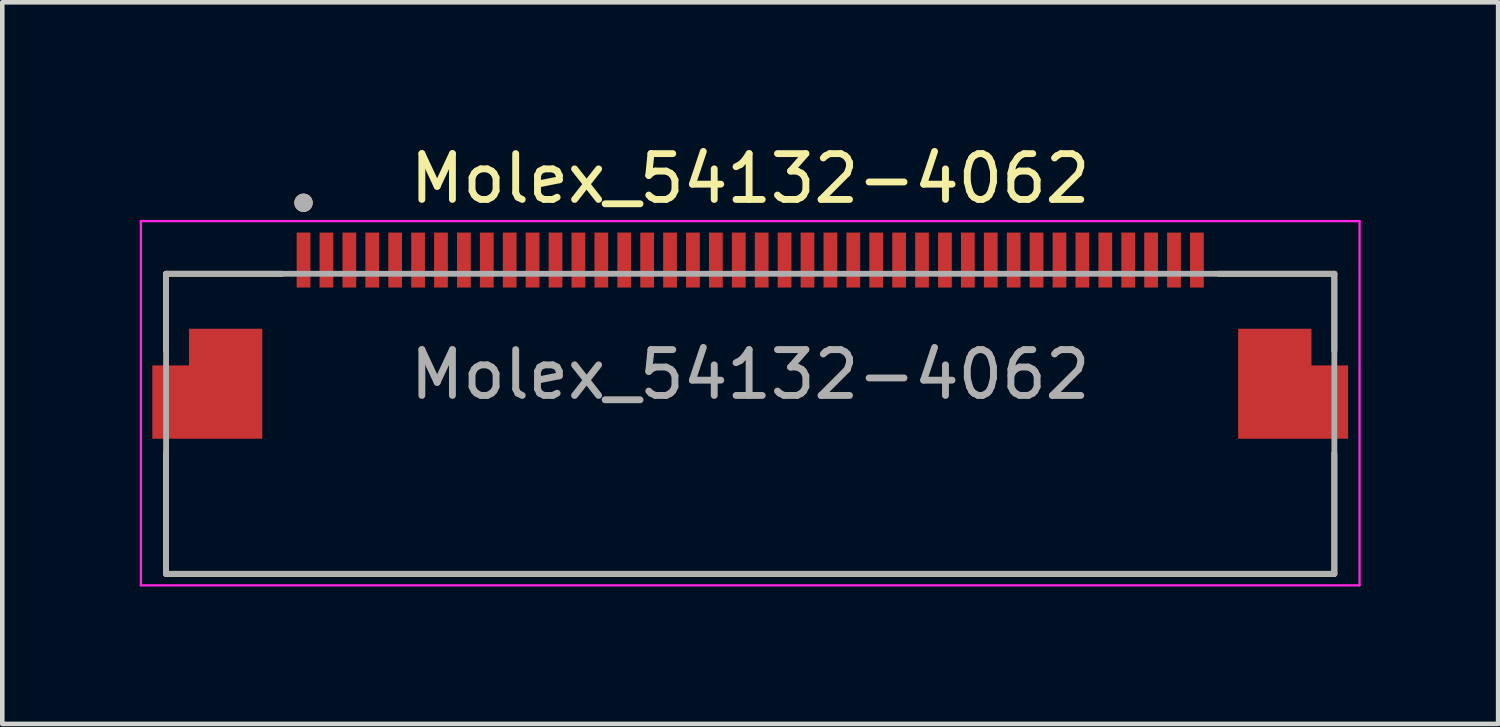
<source format=kicad_pcb>
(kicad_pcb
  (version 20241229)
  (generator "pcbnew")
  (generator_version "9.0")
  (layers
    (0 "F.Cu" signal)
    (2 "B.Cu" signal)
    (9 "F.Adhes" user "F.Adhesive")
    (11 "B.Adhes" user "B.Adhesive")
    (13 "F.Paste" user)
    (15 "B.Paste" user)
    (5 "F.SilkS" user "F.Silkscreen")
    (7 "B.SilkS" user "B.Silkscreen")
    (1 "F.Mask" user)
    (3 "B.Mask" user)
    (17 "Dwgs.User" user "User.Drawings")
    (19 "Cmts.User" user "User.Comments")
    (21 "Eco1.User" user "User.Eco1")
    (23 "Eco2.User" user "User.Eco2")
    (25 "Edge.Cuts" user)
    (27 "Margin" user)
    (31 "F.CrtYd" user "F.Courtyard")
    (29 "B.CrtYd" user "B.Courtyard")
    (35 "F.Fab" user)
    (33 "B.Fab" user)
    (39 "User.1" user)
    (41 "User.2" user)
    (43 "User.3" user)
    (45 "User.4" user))
  (footprint "Molex_54132-4062"
    (layer "F.Cu")
    (at 13.325 2.626)
    (property "Reference" "Molex_54132-4062" (at 0 -1.778 0) (unlocked yes) (layer "F.SilkS") (effects (font (size 1 1) (thickness 0.15))))
    (attr smd)
    (fp_poly (pts (xy -13.15 2.2) (xy -12.35 2.2) (xy -12.35 1.4) (xy -10.55 1.4) (xy -10.55 4) (xy -13.15 4)) (stroke (width 0.001) (type solid)) (fill yes) (layer "F.Mask"))
    (fp_poly (pts (xy 10.55 1.4) (xy 12.35 1.4) (xy 12.35 2.2) (xy 13.15 2.2) (xy 13.15 4) (xy 10.55 4)) (stroke (width 0.001) (type solid)) (fill yes) (layer "F.Mask"))
    (fp_line (start -12.75 0.3) (end -12.75 1.98) (stroke (width 0.127) (type solid)) (layer "F.SilkS"))
    (fp_line (start -12.75 4.22) (end -12.75 6.85) (stroke (width 0.127) (type solid)) (layer "F.SilkS"))
    (fp_line (start -12.75 6.85) (end 12.75 6.85) (stroke (width 0.127) (type solid)) (layer "F.SilkS"))
    (fp_line (start -10.22 0.3) (end -12.75 0.3) (stroke (width 0.127) (type solid)) (layer "F.SilkS"))
    (fp_line (start 10.22 0.3) (end 12.75 0.3) (stroke (width 0.127) (type solid)) (layer "F.SilkS"))
    (fp_line (start 12.75 0.3) (end 12.75 1.98) (stroke (width 0.127) (type solid)) (layer "F.SilkS"))
    (fp_line (start 12.75 6.85) (end 12.75 4.22) (stroke (width 0.127) (type solid)) (layer "F.SilkS"))
    (fp_circle (center -9.75 -1.25) (end -9.65 -1.25) (stroke (width 0.2) (type solid)) (fill no) (layer "F.SilkS"))
    (fp_poly (pts (xy -13.05 2.3) (xy -12.25 2.3) (xy -12.25 1.5) (xy -10.65 1.5) (xy -10.65 3.9) (xy -13.05 3.9)) (stroke (width 0.001) (type solid)) (fill yes) (layer "F.Paste"))
    (fp_poly (pts (xy 10.65 1.5) (xy 12.25 1.5) (xy 12.25 2.3) (xy 13.05 2.3) (xy 13.05 3.9) (xy 10.65 3.9)) (stroke (width 0.001) (type solid)) (fill yes) (layer "F.Paste"))
    (fp_line (start -13.3 -0.85) (end -13.3 7.1) (stroke (width 0.05) (type solid)) (layer "F.CrtYd"))
    (fp_line (start -13.3 7.1) (end 13.3 7.1) (stroke (width 0.05) (type solid)) (layer "F.CrtYd"))
    (fp_line (start 13.3 -0.85) (end -13.3 -0.85) (stroke (width 0.05) (type solid)) (layer "F.CrtYd"))
    (fp_line (start 13.3 7.1) (end 13.3 -0.85) (stroke (width 0.05) (type solid)) (layer "F.CrtYd"))
    (fp_line (start -12.75 0.3) (end 12.75 0.3) (stroke (width 0.127) (type solid)) (layer "F.Fab"))
    (fp_line (start -12.75 6.85) (end -12.75 0.3) (stroke (width 0.127) (type solid)) (layer "F.Fab"))
    (fp_line (start 12.75 0.3) (end 12.75 6.85) (stroke (width 0.127) (type solid)) (layer "F.Fab"))
    (fp_line (start 12.75 6.85) (end -12.75 6.85) (stroke (width 0.127) (type solid)) (layer "F.Fab"))
    (fp_circle (center -9.75 -1.25) (end -9.65 -1.25) (stroke (width 0.2) (type solid)) (fill no) (layer "F.Fab"))
    (fp_text user "${REFERENCE}" (at 0 2.5 0) (unlocked yes) (layer "F.Fab") (effects (font (size 1 1) (thickness 0.15))))
    (pad "1" smd rect (at -9.75 0) (size 0.3 1.2) (layers "F.Cu" "F.Mask" "F.Paste"))
    (pad "2" smd rect (at -9.25 0) (size 0.3 1.2) (layers "F.Cu" "F.Mask" "F.Paste"))
    (pad "3" smd rect (at -8.75 0) (size 0.3 1.2) (layers "F.Cu" "F.Mask" "F.Paste"))
    (pad "4" smd rect (at -8.25 0) (size 0.3 1.2) (layers "F.Cu" "F.Mask" "F.Paste"))
    (pad "5" smd rect (at -7.75 0) (size 0.3 1.2) (layers "F.Cu" "F.Mask" "F.Paste"))
    (pad "6" smd rect (at -7.25 0) (size 0.3 1.2) (layers "F.Cu" "F.Mask" "F.Paste"))
    (pad "7" smd rect (at -6.75 0) (size 0.3 1.2) (layers "F.Cu" "F.Mask" "F.Paste"))
    (pad "8" smd rect (at -6.25 0) (size 0.3 1.2) (layers "F.Cu" "F.Mask" "F.Paste"))
    (pad "9" smd rect (at -5.75 0) (size 0.3 1.2) (layers "F.Cu" "F.Mask" "F.Paste"))
    (pad "10" smd rect (at -5.25 0) (size 0.3 1.2) (layers "F.Cu" "F.Mask" "F.Paste"))
    (pad "11" smd rect (at -4.75 0) (size 0.3 1.2) (layers "F.Cu" "F.Mask" "F.Paste"))
    (pad "12" smd rect (at -4.25 0) (size 0.3 1.2) (layers "F.Cu" "F.Mask" "F.Paste"))
    (pad "13" smd rect (at -3.75 0) (size 0.3 1.2) (layers "F.Cu" "F.Mask" "F.Paste"))
    (pad "14" smd rect (at -3.25 0) (size 0.3 1.2) (layers "F.Cu" "F.Mask" "F.Paste"))
    (pad "15" smd rect (at -2.75 0) (size 0.3 1.2) (layers "F.Cu" "F.Mask" "F.Paste"))
    (pad "16" smd rect (at -2.25 0) (size 0.3 1.2) (layers "F.Cu" "F.Mask" "F.Paste"))
    (pad "17" smd rect (at -1.75 0) (size 0.3 1.2) (layers "F.Cu" "F.Mask" "F.Paste"))
    (pad "18" smd rect (at -1.25 0) (size 0.3 1.2) (layers "F.Cu" "F.Mask" "F.Paste"))
    (pad "19" smd rect (at -0.75 0) (size 0.3 1.2) (layers "F.Cu" "F.Mask" "F.Paste"))
    (pad "20" smd rect (at -0.25 0) (size 0.3 1.2) (layers "F.Cu" "F.Mask" "F.Paste"))
    (pad "21" smd rect (at 0.25 0) (size 0.3 1.2) (layers "F.Cu" "F.Mask" "F.Paste"))
    (pad "22" smd rect (at 0.75 0) (size 0.3 1.2) (layers "F.Cu" "F.Mask" "F.Paste"))
    (pad "23" smd rect (at 1.25 0) (size 0.3 1.2) (layers "F.Cu" "F.Mask" "F.Paste"))
    (pad "24" smd rect (at 1.75 0) (size 0.3 1.2) (layers "F.Cu" "F.Mask" "F.Paste"))
    (pad "25" smd rect (at 2.25 0) (size 0.3 1.2) (layers "F.Cu" "F.Mask" "F.Paste"))
    (pad "26" smd rect (at 2.75 0) (size 0.3 1.2) (layers "F.Cu" "F.Mask" "F.Paste"))
    (pad "27" smd rect (at 3.25 0) (size 0.3 1.2) (layers "F.Cu" "F.Mask" "F.Paste"))
    (pad "28" smd rect (at 3.75 0) (size 0.3 1.2) (layers "F.Cu" "F.Mask" "F.Paste"))
    (pad "29" smd rect (at 4.25 0) (size 0.3 1.2) (layers "F.Cu" "F.Mask" "F.Paste"))
    (pad "30" smd rect (at 4.75 0) (size 0.3 1.2) (layers "F.Cu" "F.Mask" "F.Paste"))
    (pad "31" smd rect (at 5.25 0) (size 0.3 1.2) (layers "F.Cu" "F.Mask" "F.Paste"))
    (pad "32" smd rect (at 5.75 0) (size 0.3 1.2) (layers "F.Cu" "F.Mask" "F.Paste"))
    (pad "33" smd rect (at 6.25 0) (size 0.3 1.2) (layers "F.Cu" "F.Mask" "F.Paste"))
    (pad "34" smd rect (at 6.75 0) (size 0.3 1.2) (layers "F.Cu" "F.Mask" "F.Paste"))
    (pad "35" smd rect (at 7.25 0) (size 0.3 1.2) (layers "F.Cu" "F.Mask" "F.Paste"))
    (pad "36" smd rect (at 7.75 0) (size 0.3 1.2) (layers "F.Cu" "F.Mask" "F.Paste"))
    (pad "37" smd rect (at 8.25 0) (size 0.3 1.2) (layers "F.Cu" "F.Mask" "F.Paste"))
    (pad "38" smd rect (at 8.75 0) (size 0.3 1.2) (layers "F.Cu" "F.Mask" "F.Paste"))
    (pad "39" smd rect (at 9.25 0) (size 0.3 1.2) (layers "F.Cu" "F.Mask" "F.Paste"))
    (pad "40" smd rect (at 9.75 0) (size 0.3 1.2) (layers "F.Cu" "F.Mask" "F.Paste"))
    (pad "S1" smd custom (at -11.85 2.7) (size 0.75 0.75) (layers "F.Cu") (options (anchor rect)) (primitives (gr_poly (pts (xy -1.2 -0.4) (xy -0.4 -0.4) (xy -0.4 -1.2) (xy 1.2 -1.2) (xy 1.2 1.2) (xy -1.2 1.2)) (width 0.001) (fill yes))))
    (pad "S2" smd custom (at 11.85 2.7) (size 0.75 0.75) (layers "F.Cu") (options (anchor rect)) (primitives (gr_poly (pts (xy -1.2 -1.2) (xy 0.4 -1.2) (xy 0.4 -0.4) (xy 1.2 -0.4) (xy 1.2 1.2) (xy -1.2 1.2)) (width 0.001) (fill yes))))
    (zone (net_name "") (layer "F.Cu") (hatch full 0.508) (connect_pads) (min_thickness 0.001) (filled_areas_thickness no) (keepout (tracks not_allowed) (vias not_allowed) (pads not_allowed) (copperpour not_allowed) (footprints allowed)) (placement (enabled no)) (fill) (polygon (pts (xy 2.675 4.676) (xy 3.225 4.676) (xy 3.225 6.376) (xy 2.675 6.376))))
    (zone (net_name "") (layer "F.Cu") (hatch full 0.508) (connect_pads) (min_thickness 0.001) (filled_areas_thickness no) (keepout (tracks not_allowed) (vias not_allowed) (pads not_allowed) (copperpour not_allowed) (footprints allowed)) (placement (enabled no)) (fill) (polygon (pts (xy 23.425 4.676) (xy 23.975 4.676) (xy 23.975 6.376) (xy 23.425 6.376))))
    (zone (net_name "") (layers "F.Cu" "B.Cu") (hatch full 0.508) (connect_pads) (min_thickness 0.001) (filled_areas_thickness no) (keepout (tracks allowed) (vias not_allowed) (pads allowed) (copperpour allowed) (footprints allowed)) (placement (enabled no)) (fill) (polygon (pts (xy 2.675 4.676) (xy 3.225 4.676) (xy 3.225 6.376) (xy 2.675 6.376))))
    (zone (net_name "") (layers "F.Cu" "B.Cu") (hatch full 0.508) (connect_pads) (min_thickness 0.001) (filled_areas_thickness no) (keepout (tracks allowed) (vias not_allowed) (pads allowed) (copperpour allowed) (footprints allowed)) (placement (enabled no)) (fill) (polygon (pts (xy 23.425 4.676) (xy 23.975 4.676) (xy 23.975 6.376) (xy 23.425 6.376)))))
  (gr_rect
    (start -3 -3)
    (end 29.65 12.751)
    (stroke (width 0.1) (type default))
    (fill no)
    (layer "Edge.Cuts")))
</source>
